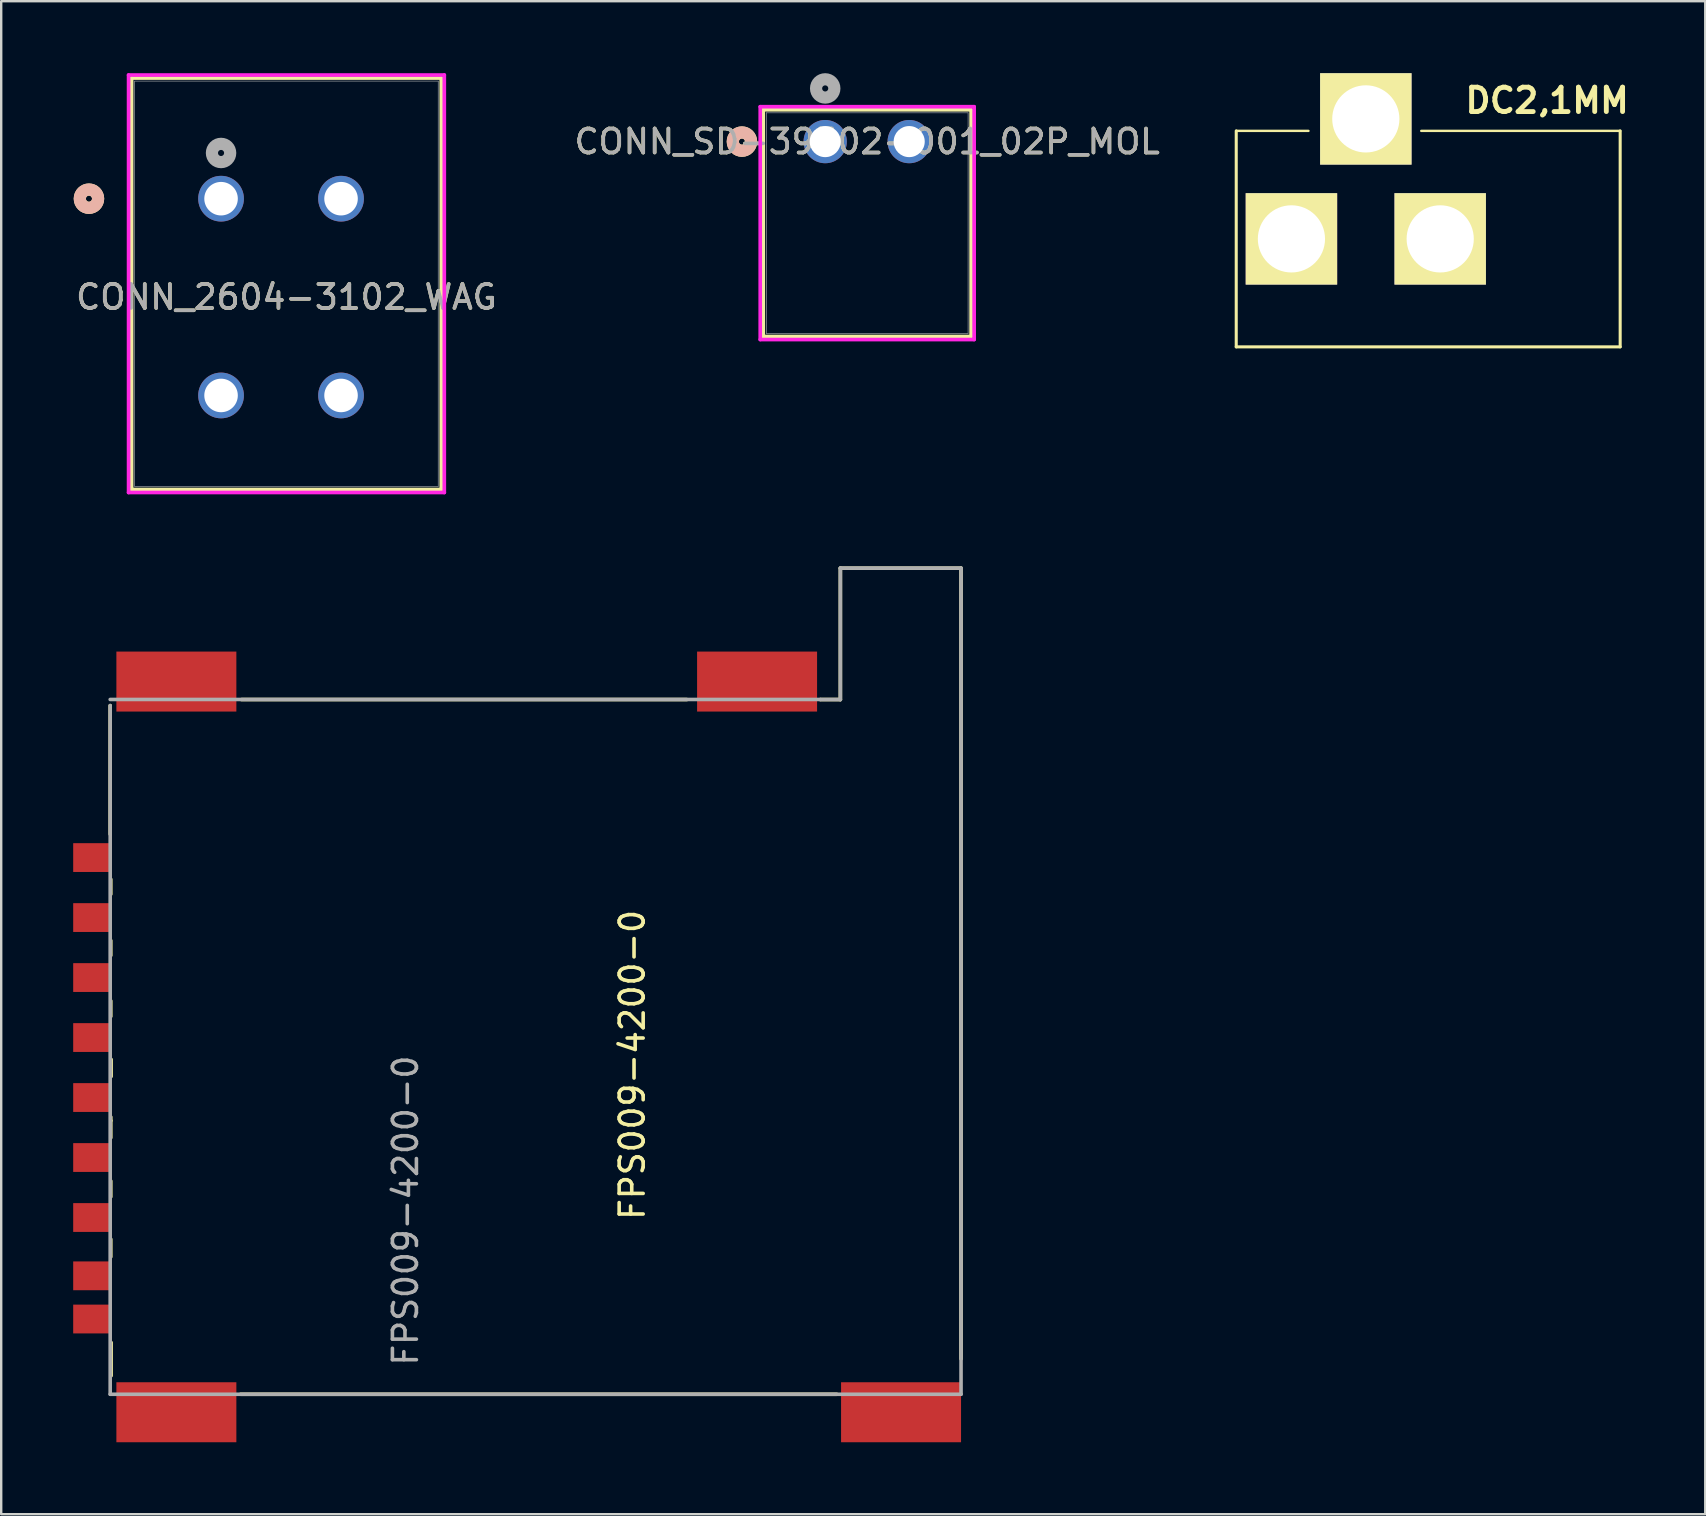
<source format=kicad_pcb>
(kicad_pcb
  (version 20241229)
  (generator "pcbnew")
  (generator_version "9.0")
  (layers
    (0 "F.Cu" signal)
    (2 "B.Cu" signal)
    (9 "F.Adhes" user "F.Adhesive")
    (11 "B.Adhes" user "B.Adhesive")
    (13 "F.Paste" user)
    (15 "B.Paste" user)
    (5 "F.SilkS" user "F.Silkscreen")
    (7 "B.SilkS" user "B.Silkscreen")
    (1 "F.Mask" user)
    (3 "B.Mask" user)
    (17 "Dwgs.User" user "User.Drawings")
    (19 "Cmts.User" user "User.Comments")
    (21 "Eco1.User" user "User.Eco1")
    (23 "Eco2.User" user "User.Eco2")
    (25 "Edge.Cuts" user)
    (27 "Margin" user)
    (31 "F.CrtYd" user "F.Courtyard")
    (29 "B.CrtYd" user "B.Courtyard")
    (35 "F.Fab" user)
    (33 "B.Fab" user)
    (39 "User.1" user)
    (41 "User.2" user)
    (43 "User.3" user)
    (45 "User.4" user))
  (footprint "FPS009-4200-0"
    (layer "F.Cu")
    (at 37 40.578)
    (property "Reference" "FPS009-4200-0" (at -13.702 0.749 270) (layer "F.SilkS") (effects (font (size 1 1) (thickness 0.15))))
    (attr smd)
    (fp_line (start -35.458 -8.865) (end -35.458 -14.224) (stroke (width 0.15) (type solid)) (layer "F.SilkS"))
    (fp_line (start -35.433 -6.985) (end -35.433 -6.363) (stroke (width 0.15) (type solid)) (layer "F.SilkS"))
    (fp_line (start -35.433 -4.432) (end -35.433 -3.81) (stroke (width 0.15) (type solid)) (layer "F.SilkS"))
    (fp_line (start -35.433 -1.918) (end -35.433 -1.27) (stroke (width 0.15) (type solid)) (layer "F.SilkS"))
    (fp_line (start -35.433 2.921) (end -35.433 3.073) (stroke (width 0.15) (type solid)) (layer "F.SilkS"))
    (fp_line (start -35.433 3.073) (end -35.433 3.785) (stroke (width 0.15) (type solid)) (layer "F.SilkS"))
    (fp_line (start -35.433 5.588) (end -35.433 6.248) (stroke (width 0.15) (type solid)) (layer "F.SilkS"))
    (fp_line (start -35.433 8.014) (end -35.433 8.75) (stroke (width 0.15) (type solid)) (layer "F.SilkS"))
    (fp_line (start -35.42 0.521) (end -35.42 1.232) (stroke (width 0.15) (type solid)) (layer "F.SilkS"))
    (fp_line (start -35.42 12.319) (end -35.42 13.703) (stroke (width 0.15) (type solid)) (layer "F.SilkS"))
    (fp_line (start -30.023 14.475) (end -5.182 14.475) (stroke (width 0.15) (type solid)) (layer "F.SilkS"))
    (fp_line (start -29.985 -14.475) (end -11.43 -14.475) (stroke (width 0.15) (type solid)) (layer "F.SilkS"))
    (fp_line (start -5.855 -14.475) (end -5.029 -14.475) (stroke (width 0.15) (type solid)) (layer "F.SilkS"))
    (fp_line (start -5.029 -19.95) (end 0 -19.95) (stroke (width 0.15) (type solid)) (layer "F.SilkS"))
    (fp_line (start -5.029 -14.475) (end -5.029 -19.95) (stroke (width 0.15) (type solid)) (layer "F.SilkS"))
    (fp_line (start 0 -19.95) (end 0 13) (stroke (width 0.15) (type solid)) (layer "F.SilkS"))
    (fp_line (start -35.458 -14.478) (end -5.867 -14.478) (stroke (width 0.15) (type solid)) (layer "F.Fab"))
    (fp_line (start -35.458 14.475) (end -35.458 -14.224) (stroke (width 0.15) (type solid)) (layer "F.Fab"))
    (fp_line (start -35.458 14.475) (end 0 14.475) (stroke (width 0.15) (type solid)) (layer "F.Fab"))
    (fp_line (start -5.867 -14.475) (end -5.042 -14.475) (stroke (width 0.15) (type solid)) (layer "F.Fab"))
    (fp_line (start -5.029 -19.952) (end 0 -19.952) (stroke (width 0.15) (type solid)) (layer "F.Fab"))
    (fp_line (start -5.029 -14.475) (end -5.029 -19.95) (stroke (width 0.15) (type solid)) (layer "F.Fab"))
    (fp_line (start 0 -19.945) (end 0 14.475) (stroke (width 0.15) (type solid)) (layer "F.Fab"))
    (fp_text user "${REFERENCE}" (at -23.152 6.82 270) (layer "F.Fab") (effects (font (size 1 1) (thickness 0.15))))
    (pad "1" smd rect (at -36.2 -5.39 180) (size 1.6 1.2) (layers "F.Cu" "F.Mask" "F.Paste"))
    (pad "2" smd rect (at -36.2 -2.89 180) (size 1.6 1.2) (layers "F.Cu" "F.Mask" "F.Paste"))
    (pad "3" smd rect (at -36.2 -0.39 180) (size 1.6 1.2) (layers "F.Cu" "F.Mask" "F.Paste"))
    (pad "4" smd rect (at -36.2 2.11 180) (size 1.6 1.2) (layers "F.Cu" "F.Mask" "F.Paste"))
    (pad "5" smd rect (at -36.2 4.61 180) (size 1.6 1.2) (layers "F.Cu" "F.Mask" "F.Paste"))
    (pad "6" smd rect (at -36.2 7.11 180) (size 1.6 1.2) (layers "F.Cu" "F.Mask" "F.Paste"))
    (pad "7" smd rect (at -36.2 9.54 180) (size 1.6 1.2) (layers "F.Cu" "F.Mask" "F.Paste"))
    (pad "8" smd rect (at -36.2 11.34 180) (size 1.6 1.2) (layers "F.Cu" "F.Mask" "F.Paste"))
    (pad "9" smd rect (at -36.2 -7.89 90) (size 1.2 1.6) (layers "F.Cu" "F.Mask" "F.Paste"))
    (pad "12" smd rect (at -32.7 -15.225 180) (size 5 2.5) (layers "F.Cu" "F.Mask" "F.Paste"))
    (pad "12" smd rect (at -32.7 15.225 180) (size 5 2.5) (layers "F.Cu" "F.Mask" "F.Paste"))
    (pad "12" smd rect (at -8.5 -15.225 180) (size 5 2.5) (layers "F.Cu" "F.Mask" "F.Paste"))
    (pad "12" smd rect (at -2.5 15.225 180) (size 5 2.5) (layers "F.Cu" "F.Mask" "F.Paste")))
  (footprint "CONN_2604-3102_WAG"
    (layer "F.Cu")
    (at 6.162 5.23)
    (property "Reference" "CONN_2604-3102_WAG" (at 2.725 4.1 0) (unlocked yes) (layer "F.SilkS") (effects (font (size 1 1) (thickness 0.15))))
    (attr through_hole)
    (fp_line (start -3.727 -5.027) (end -3.727 12.118) (stroke (width 0.152) (type solid)) (layer "F.SilkS"))
    (fp_line (start -3.727 12.118) (end 9.177 12.118) (stroke (width 0.152) (type solid)) (layer "F.SilkS"))
    (fp_line (start 9.177 -5.027) (end -3.727 -5.027) (stroke (width 0.152) (type solid)) (layer "F.SilkS"))
    (fp_line (start 9.177 12.118) (end 9.177 -5.027) (stroke (width 0.152) (type solid)) (layer "F.SilkS"))
    (fp_circle (center -5.505 0) (end -5.124 0) (stroke (width 0.508) (type solid)) (fill no) (layer "F.SilkS"))
    (fp_circle (center -5.505 0) (end -5.124 0) (stroke (width 0.508) (type solid)) (fill no) (layer "B.SilkS"))
    (fp_line (start -3.854 -5.154) (end -3.854 12.245) (stroke (width 0.152) (type solid)) (layer "F.CrtYd"))
    (fp_line (start -3.854 12.245) (end 9.304 12.245) (stroke (width 0.152) (type solid)) (layer "F.CrtYd"))
    (fp_line (start 9.304 -5.154) (end -3.854 -5.154) (stroke (width 0.152) (type solid)) (layer "F.CrtYd"))
    (fp_line (start 9.304 12.245) (end 9.304 -5.154) (stroke (width 0.152) (type solid)) (layer "F.CrtYd"))
    (fp_line (start -3.6 -4.9) (end -3.6 11.991) (stroke (width 0.025) (type solid)) (layer "F.Fab"))
    (fp_line (start -3.6 11.991) (end 9.05 11.991) (stroke (width 0.025) (type solid)) (layer "F.Fab"))
    (fp_line (start 9.05 -4.9) (end -3.6 -4.9) (stroke (width 0.025) (type solid)) (layer "F.Fab"))
    (fp_line (start 9.05 11.991) (end 9.05 -4.9) (stroke (width 0.025) (type solid)) (layer "F.Fab"))
    (fp_circle (center 0 -1.905) (end 0.381 -1.905) (stroke (width 0.508) (type solid)) (fill no) (layer "F.Fab"))
    (fp_text user "${REFERENCE}" (at 2.725 4.1 0) (unlocked yes) (layer "F.Fab") (effects (font (size 1 1) (thickness 0.15))))
    (pad "1_1" thru_hole circle (at 0 0) (size 1.905 1.905) (drill 1.397) (layers "*.Cu" "*.Mask"))
    (pad "1_2" thru_hole circle (at 0 8.2) (size 1.905 1.905) (drill 1.397) (layers "*.Cu" "*.Mask"))
    (pad "2_1" thru_hole circle (at 5 0) (size 1.905 1.905) (drill 1.397) (layers "*.Cu" "*.Mask"))
    (pad "2_2" thru_hole circle (at 5 8.2) (size 1.905 1.905) (drill 1.397) (layers "*.Cu" "*.Mask")))
  (footprint "DC2,1MM"
    (placed yes)
    (layer "F.Cu")
    (at 54.578 6.905)
    (property "Reference" "DC2,1MM" (at 6.845 -5.766 180) (layer "F.SilkS") (effects (font (size 1.016 1.016) (thickness 0.203))))
    (attr through_hole)
    (fp_line (start -6.11 -4.5) (end -6.11 4.5) (stroke (width 0.127) (type solid)) (layer "F.SilkS"))
    (fp_line (start -6.11 -4.5) (end -3.1 -4.5) (stroke (width 0.1) (type default)) (layer "F.SilkS"))
    (fp_line (start -6.11 4.5) (end 9.89 4.5) (stroke (width 0.127) (type solid)) (layer "F.SilkS"))
    (fp_line (start 9.89 -4.5) (end 1.6 -4.5) (stroke (width 0.1) (type default)) (layer "F.SilkS"))
    (fp_line (start 9.89 4.5) (end 9.89 -4.5) (stroke (width 0.127) (type solid)) (layer "F.SilkS"))
    (pad "1" thru_hole rect (at -3.81 0) (size 3.81 3.81) (drill 2.8) (layers "*.Cu" "*.Mask" "F.SilkS"))
    (pad "2" thru_hole rect (at 2.39 0) (size 3.81 3.81) (drill 2.8) (layers "*.Cu" "*.Mask" "F.SilkS"))
    (pad "3" thru_hole rect (at -0.71 -5) (size 3.81 3.81) (drill 2.8) (layers "*.Cu" "*.Mask" "F.SilkS")))
  (footprint "CONN_SD-39502-001_02P_MOL"
    (layer "F.Cu")
    (at 31.339 2.851)
    (property "Reference" "CONN_SD-39502-001_02P_MOL" (at 1.75 0 0) (unlocked yes) (layer "F.SilkS") (effects (font (size 1 1) (thickness 0.15))))
    (attr through_hole)
    (fp_line (start -2.581 -1.327) (end -2.581 8.122) (stroke (width 0.152) (type solid)) (layer "F.SilkS"))
    (fp_line (start -2.581 8.122) (end 6.081 8.122) (stroke (width 0.152) (type solid)) (layer "F.SilkS"))
    (fp_line (start 6.081 -1.327) (end -2.581 -1.327) (stroke (width 0.152) (type solid)) (layer "F.SilkS"))
    (fp_line (start 6.081 8.122) (end 6.081 -1.327) (stroke (width 0.152) (type solid)) (layer "F.SilkS"))
    (fp_circle (center -3.47 0) (end -3.089 0) (stroke (width 0.508) (type solid)) (fill no) (layer "F.SilkS"))
    (fp_circle (center -3.47 0) (end -3.089 0) (stroke (width 0.508) (type solid)) (fill no) (layer "B.SilkS"))
    (fp_line (start -2.708 -1.454) (end -2.708 8.249) (stroke (width 0.152) (type solid)) (layer "F.CrtYd"))
    (fp_line (start -2.708 8.249) (end 6.208 8.249) (stroke (width 0.152) (type solid)) (layer "F.CrtYd"))
    (fp_line (start 6.208 -1.454) (end -2.708 -1.454) (stroke (width 0.152) (type solid)) (layer "F.CrtYd"))
    (fp_line (start 6.208 8.249) (end 6.208 -1.454) (stroke (width 0.152) (type solid)) (layer "F.CrtYd"))
    (fp_line (start -2.454 -1.2) (end -2.454 7.995) (stroke (width 0.025) (type solid)) (layer "F.Fab"))
    (fp_line (start -2.454 7.995) (end 5.954 7.995) (stroke (width 0.025) (type solid)) (layer "F.Fab"))
    (fp_line (start 5.954 -1.2) (end -2.454 -1.2) (stroke (width 0.025) (type solid)) (layer "F.Fab"))
    (fp_line (start 5.954 7.995) (end 5.954 -1.2) (stroke (width 0.025) (type solid)) (layer "F.Fab"))
    (fp_circle (center 0 -2.216) (end 0.381 -2.216) (stroke (width 0.508) (type solid)) (fill no) (layer "F.Fab"))
    (fp_text user "${REFERENCE}" (at 1.75 0 0) (unlocked yes) (layer "F.Fab") (effects (font (size 1 1) (thickness 0.15))))
    (pad "1" thru_hole circle (at 0 0) (size 1.803 1.803) (drill 1.295) (layers "*.Cu" "*.Mask"))
    (pad "2" thru_hole circle (at 3.5 0) (size 1.803 1.803) (drill 1.295) (layers "*.Cu" "*.Mask")))
  (gr_rect
    (start -3 -3)
    (end 68.013 60.053)
    (stroke (width 0.1) (type default))
    (fill no)
    (layer "Edge.Cuts")))
</source>
